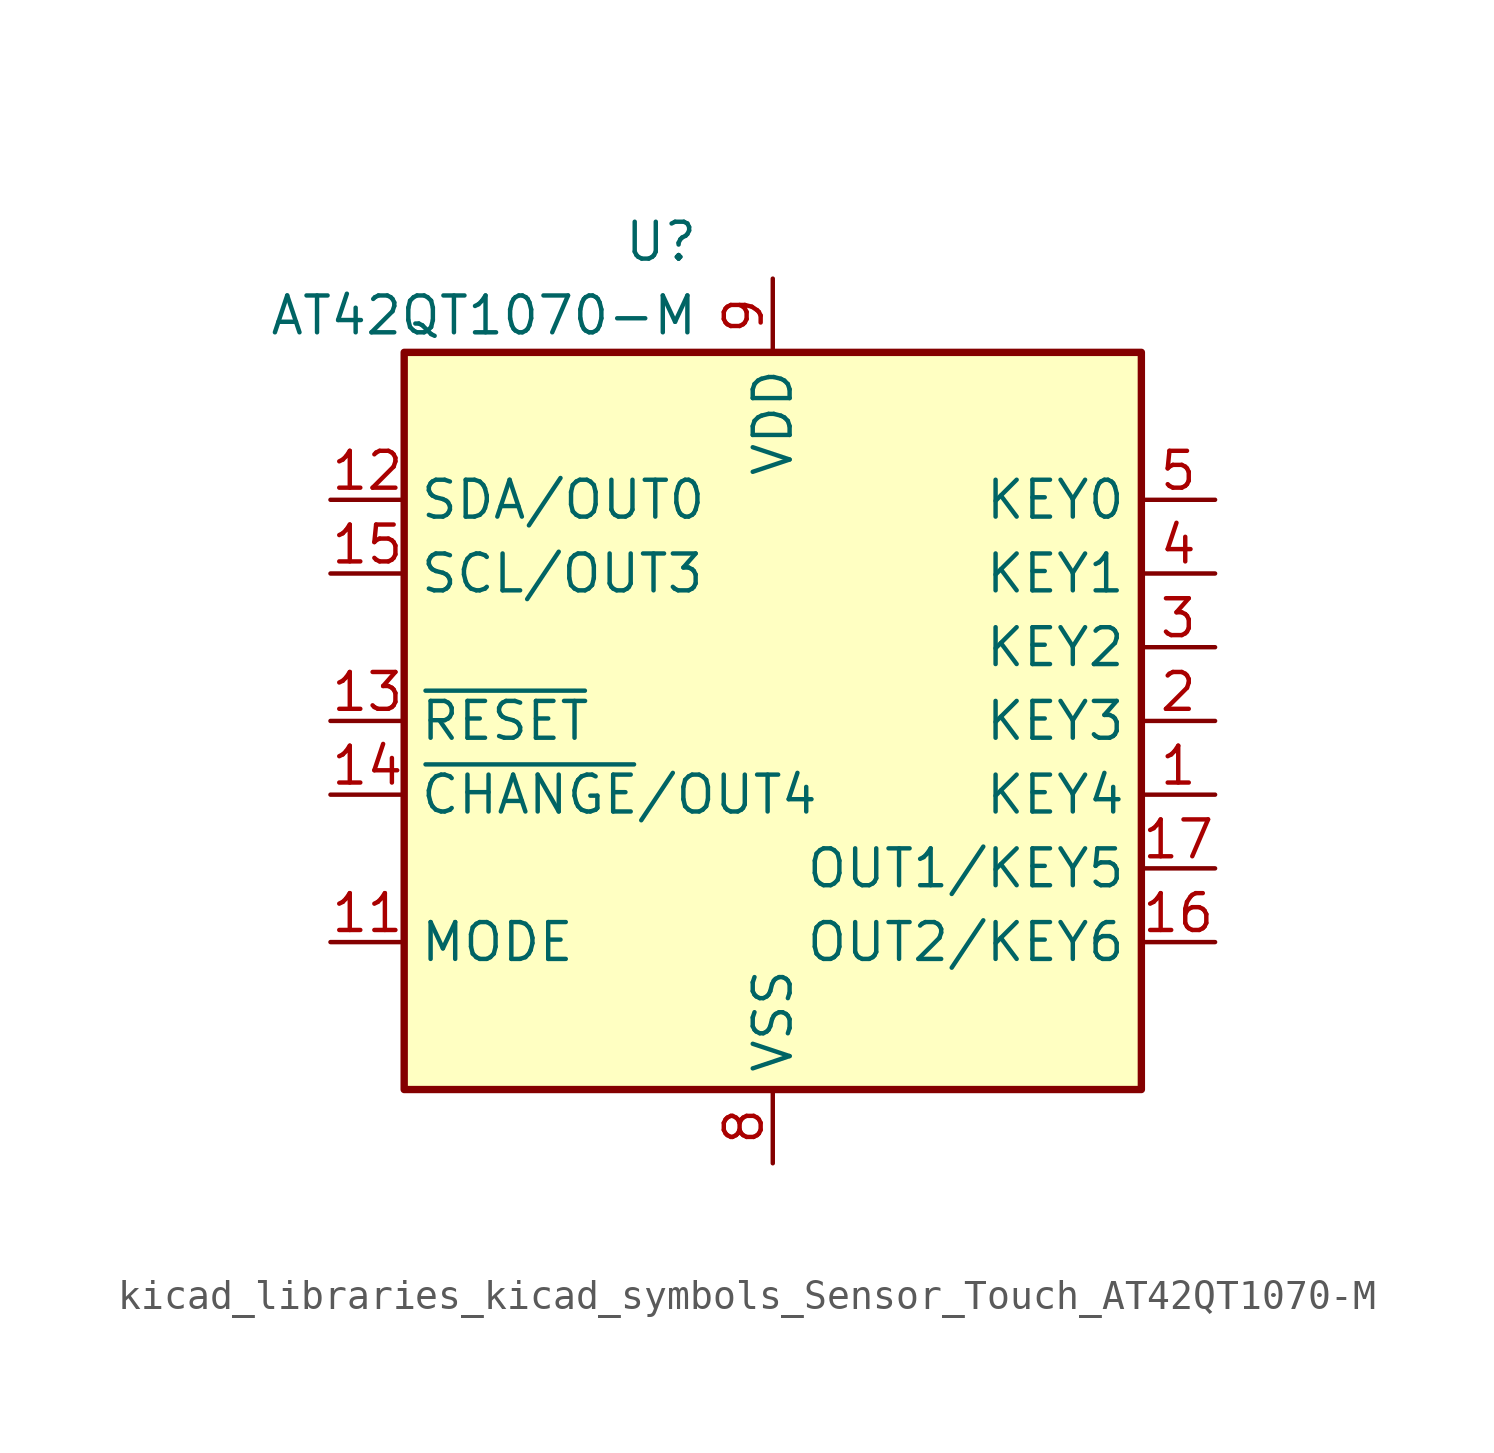
<source format=kicad_sym>
(kicad_symbol_lib
  (version 20220914)
  (generator kicad_symbol_editor)
  (symbol "kicad_libraries_kicad_symbols_Sensor_Touch_AT42QT1070-M"
    (property "Reference" "U"
      (at -2.54 16.51 0)
      (effects (font (size 1.27 1.27)) (justify right)))
    (property "Value" "AT42QT1070-M"
      (at -2.54 13.97 0)
      (effects (font (size 1.27 1.27)) (justify right)))
    (symbol "kicad_libraries_kicad_symbols_Sensor_Touch_AT42QT1070-M_0_1"
      (rectangle (start -12.7 12.7) (end 12.7 -12.7) (stroke (width 0.254) (type default)) (fill (type background))))
    (symbol "kicad_libraries_kicad_symbols_Sensor_Touch_AT42QT1070-M_1_1"
      (pin passive line (at 15.24 -2.54 180) (length 2.54) (name "KEY4" (effects (font (size 1.27 1.27)))) (number "1" (effects (font (size 1.27 1.27)))))
      (pin no_connect line (at -5.08 -12.7 90) (length 2.54) hide (name "NC" (effects (font (size 1.27 1.27)))) (number "10" (effects (font (size 1.27 1.27)))))
      (pin input line (at -15.24 -7.62 0) (length 2.54) (name "MODE" (effects (font (size 1.27 1.27)))) (number "11" (effects (font (size 1.27 1.27)))))
      (pin bidirectional line (at -15.24 7.62 0) (length 2.54) (name "SDA/OUT0" (effects (font (size 1.27 1.27)))) (number "12" (effects (font (size 1.27 1.27)))))
      (pin input line (at -15.24 0 0) (length 2.54) (name "~{RESET}" (effects (font (size 1.27 1.27)))) (number "13" (effects (font (size 1.27 1.27)))))
      (pin open_collector line (at -15.24 -2.54 0) (length 2.54) (name "~{CHANGE}/OUT4" (effects (font (size 1.27 1.27)))) (number "14" (effects (font (size 1.27 1.27)))))
      (pin bidirectional line (at -15.24 5.08 0) (length 2.54) (name "SCL/OUT3" (effects (font (size 1.27 1.27)))) (number "15" (effects (font (size 1.27 1.27)))))
      (pin output line (at 15.24 -7.62 180) (length 2.54) (name "OUT2/KEY6" (effects (font (size 1.27 1.27)))) (number "16" (effects (font (size 1.27 1.27)))))
      (pin output line (at 15.24 -5.08 180) (length 2.54) (name "OUT1/KEY5" (effects (font (size 1.27 1.27)))) (number "17" (effects (font (size 1.27 1.27)))))
      (pin no_connect line (at 5.08 -12.7 90) (length 2.54) hide (name "NC" (effects (font (size 1.27 1.27)))) (number "18" (effects (font (size 1.27 1.27)))))
      (pin no_connect line (at 7.62 -12.7 90) (length 2.54) hide (name "NC" (effects (font (size 1.27 1.27)))) (number "19" (effects (font (size 1.27 1.27)))))
      (pin passive line (at 15.24 0 180) (length 2.54) (name "KEY3" (effects (font (size 1.27 1.27)))) (number "2" (effects (font (size 1.27 1.27)))))
      (pin no_connect line (at 10.16 -12.7 90) (length 2.54) hide (name "NC" (effects (font (size 1.27 1.27)))) (number "20" (effects (font (size 1.27 1.27)))))
      (pin passive line (at 0 -15.24 90) (length 2.54) hide (name "VSS" (effects (font (size 1.27 1.27)))) (number "21" (effects (font (size 1.27 1.27)))))
      (pin passive line (at 15.24 2.54 180) (length 2.54) (name "KEY2" (effects (font (size 1.27 1.27)))) (number "3" (effects (font (size 1.27 1.27)))))
      (pin passive line (at 15.24 5.08 180) (length 2.54) (name "KEY1" (effects (font (size 1.27 1.27)))) (number "4" (effects (font (size 1.27 1.27)))))
      (pin passive line (at 15.24 7.62 180) (length 2.54) (name "KEY0" (effects (font (size 1.27 1.27)))) (number "5" (effects (font (size 1.27 1.27)))))
      (pin no_connect line (at -10.16 -12.7 90) (length 2.54) hide (name "NC" (effects (font (size 1.27 1.27)))) (number "6" (effects (font (size 1.27 1.27)))))
      (pin no_connect line (at -7.62 -12.7 90) (length 2.54) hide (name "NC" (effects (font (size 1.27 1.27)))) (number "7" (effects (font (size 1.27 1.27)))))
      (pin power_in line (at 0 -15.24 90) (length 2.54) (name "VSS" (effects (font (size 1.27 1.27)))) (number "8" (effects (font (size 1.27 1.27)))))
      (pin power_in line (at 0 15.24 270) (length 2.54) (name "VDD" (effects (font (size 1.27 1.27)))) (number "9" (effects (font (size 1.27 1.27))))))))
</source>
